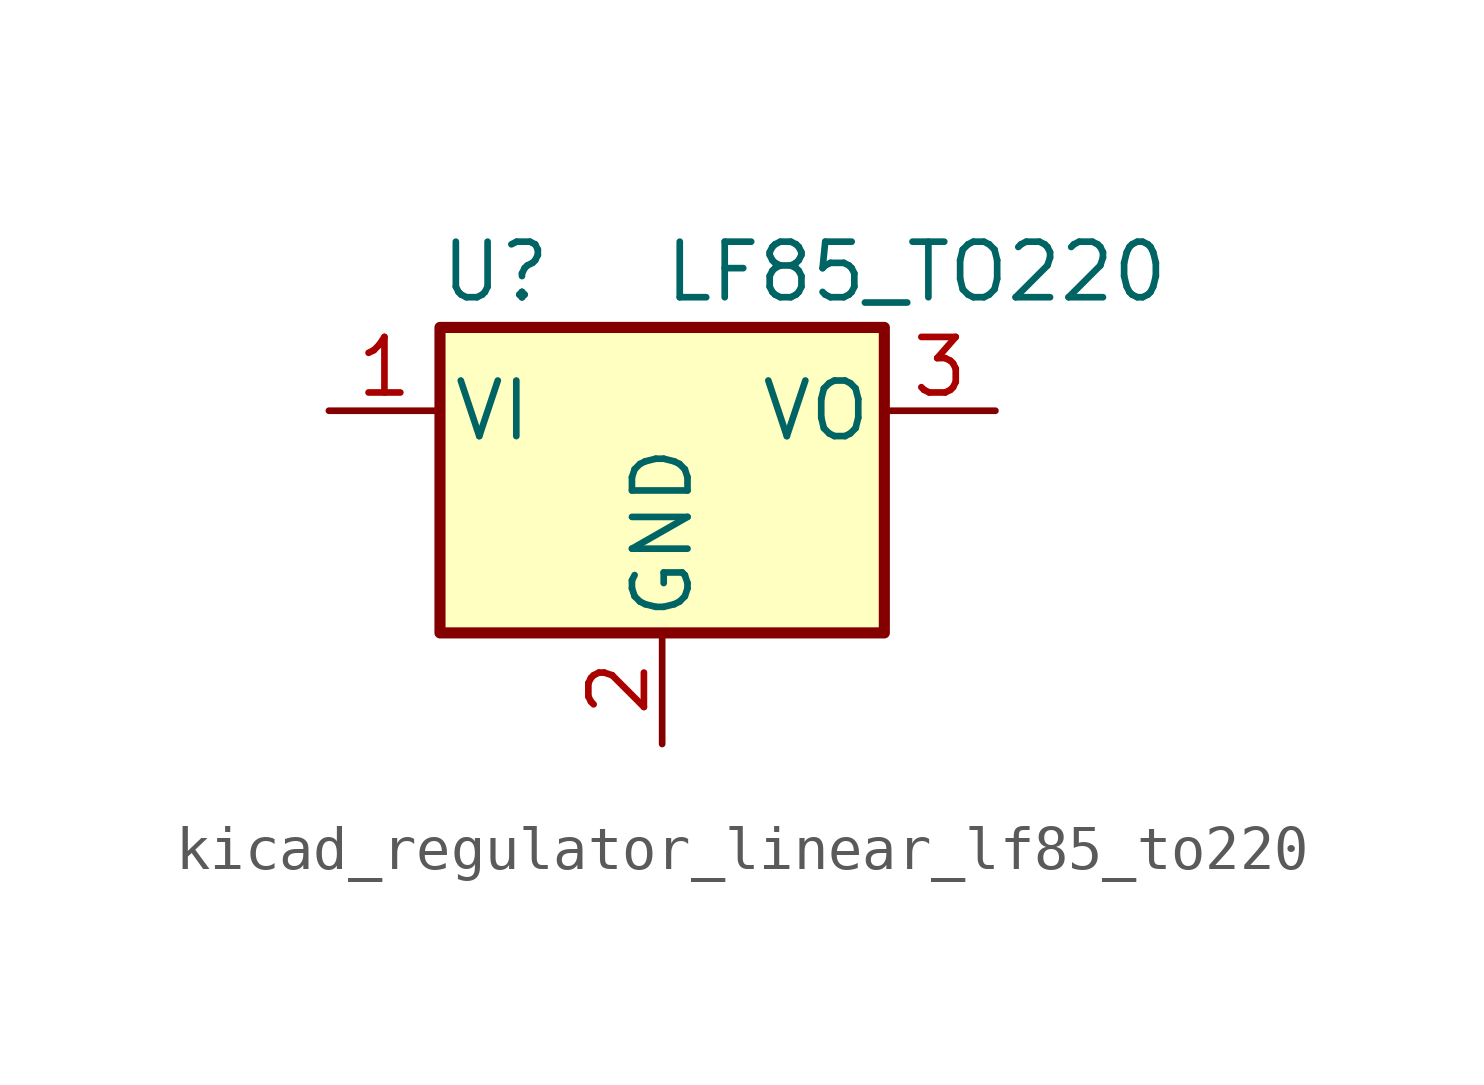
<source format=kicad_sym>
(kicad_symbol_lib
  (version 20220914)
  (generator kicad_symbol_editor)
  (symbol "kicad_regulator_linear_lf85_to220"
    (pin_names
      (offset 0.254))
    (property "Reference" "U"
      (at -3.81 3.175 0)
      (effects (font (size 1.27 1.27))))
    (property "Value" "LF85_TO220"
      (at 0 3.175 0)
      (effects (font (size 1.27 1.27)) (justify left)))
    (symbol "kicad_regulator_linear_lf85_to220_0_1"
      (rectangle (start -5.08 1.905) (end 5.08 -5.08) (stroke (width 0.254) (type default)) (fill (type background))))
    (symbol "kicad_regulator_linear_lf85_to220_1_1"
      (pin power_in line (at -7.62 0 0) (length 2.54) (name "VI" (effects (font (size 1.27 1.27)))) (number "1" (effects (font (size 1.27 1.27)))))
      (pin power_in line (at 0 -7.62 90) (length 2.54) (name "GND" (effects (font (size 1.27 1.27)))) (number "2" (effects (font (size 1.27 1.27)))))
      (pin power_out line (at 7.62 0 180) (length 2.54) (name "VO" (effects (font (size 1.27 1.27)))) (number "3" (effects (font (size 1.27 1.27))))))))
</source>
